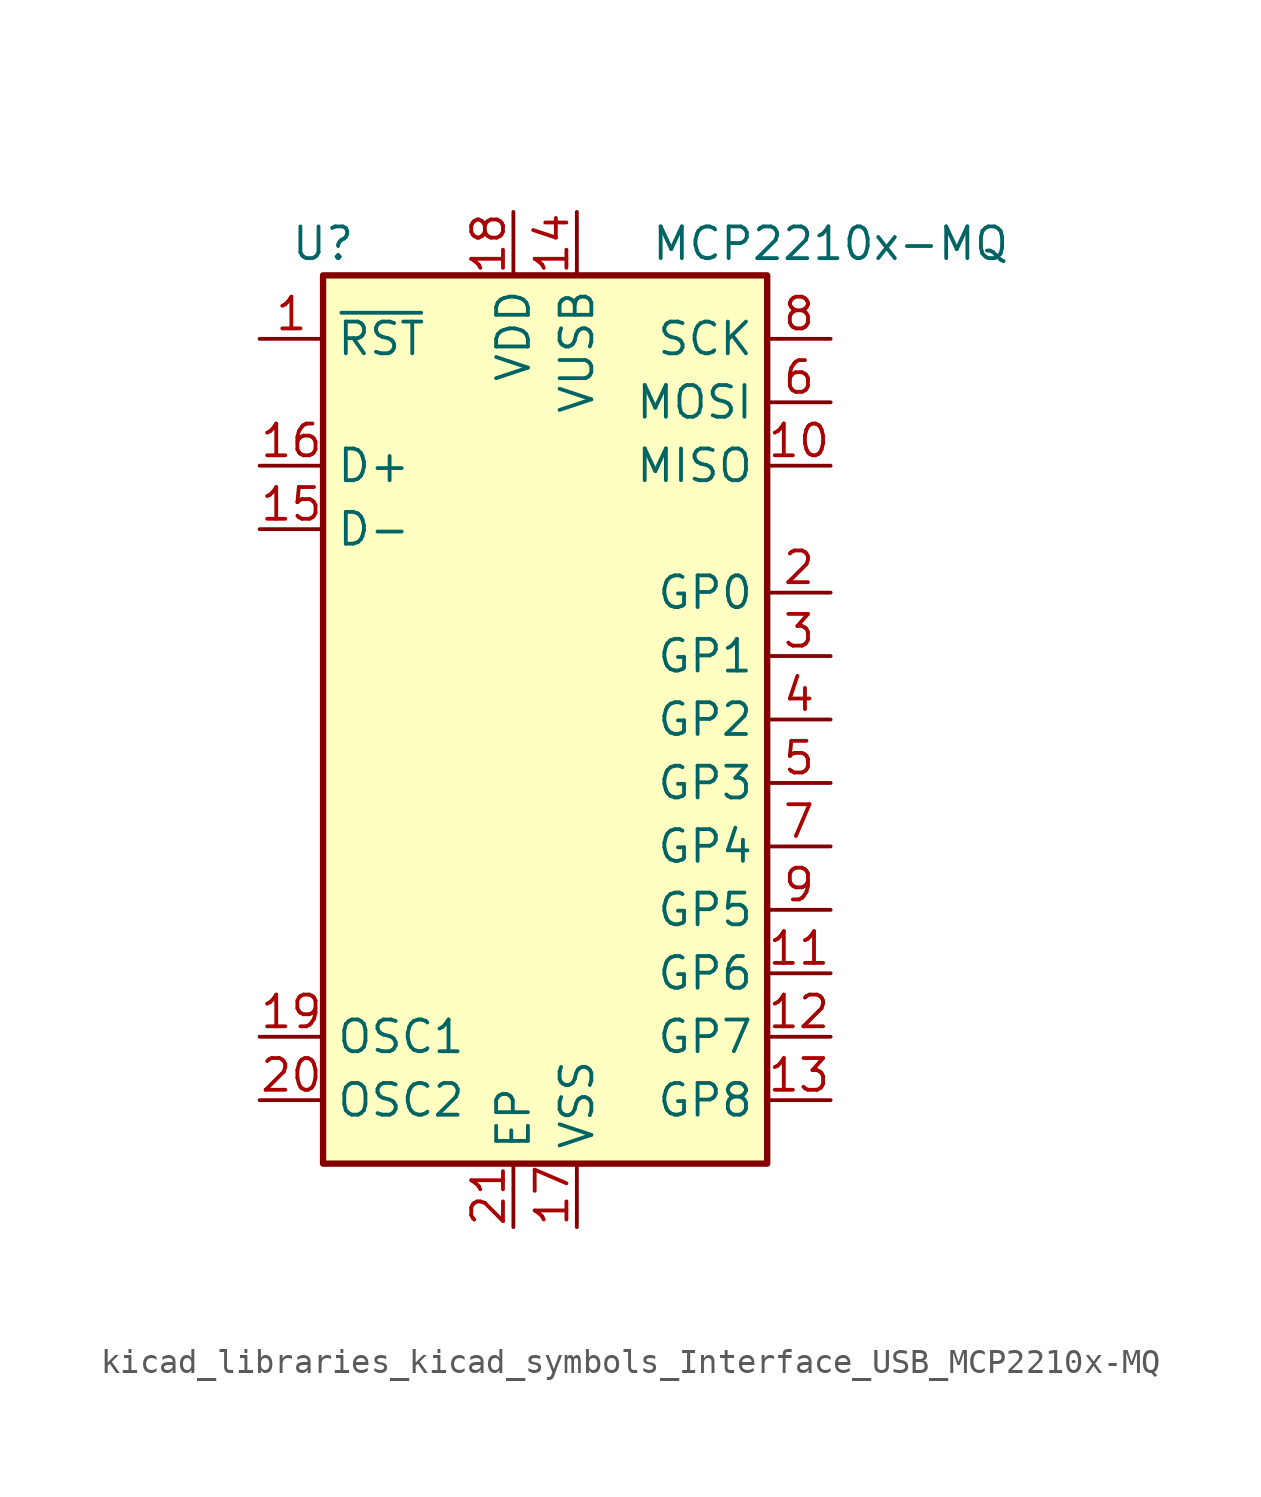
<source format=kicad_sym>
(kicad_symbol_lib
  (version 20220914)
  (generator kicad_symbol_editor)
  (symbol "kicad_libraries_kicad_symbols_Interface_USB_MCP2210x-MQ"
    (property "Reference" "U"
      (at -10.16 19.05 0)
      (effects (font (size 1.27 1.27))))
    (property "Value" "MCP2210x-MQ"
      (at 10.16 19.05 0)
      (effects (font (size 1.27 1.27))))
    (symbol "kicad_libraries_kicad_symbols_Interface_USB_MCP2210x-MQ_0_1"
      (rectangle (start -10.16 17.78) (end 7.62 -17.78) (stroke (width 0.254) (type default)) (fill (type background))))
    (symbol "kicad_libraries_kicad_symbols_Interface_USB_MCP2210x-MQ_1_1"
      (pin input line (at -12.7 15.24 0) (length 2.54) (name "~{RST}" (effects (font (size 1.27 1.27)))) (number "1" (effects (font (size 1.27 1.27)))))
      (pin input line (at 10.16 10.16 180) (length 2.54) (name "MISO" (effects (font (size 1.27 1.27)))) (number "10" (effects (font (size 1.27 1.27)))))
      (pin bidirectional line (at 10.16 -10.16 180) (length 2.54) (name "GP6" (effects (font (size 1.27 1.27)))) (number "11" (effects (font (size 1.27 1.27)))))
      (pin bidirectional line (at 10.16 -12.7 180) (length 2.54) (name "GP7" (effects (font (size 1.27 1.27)))) (number "12" (effects (font (size 1.27 1.27)))))
      (pin bidirectional line (at 10.16 -15.24 180) (length 2.54) (name "GP8" (effects (font (size 1.27 1.27)))) (number "13" (effects (font (size 1.27 1.27)))))
      (pin passive line (at 0 20.32 270) (length 2.54) (name "VUSB" (effects (font (size 1.27 1.27)))) (number "14" (effects (font (size 1.27 1.27)))))
      (pin bidirectional line (at -12.7 7.62 0) (length 2.54) (name "D-" (effects (font (size 1.27 1.27)))) (number "15" (effects (font (size 1.27 1.27)))))
      (pin bidirectional line (at -12.7 10.16 0) (length 2.54) (name "D+" (effects (font (size 1.27 1.27)))) (number "16" (effects (font (size 1.27 1.27)))))
      (pin power_in line (at 0 -20.32 90) (length 2.54) (name "VSS" (effects (font (size 1.27 1.27)))) (number "17" (effects (font (size 1.27 1.27)))))
      (pin power_in line (at -2.54 20.32 270) (length 2.54) (name "VDD" (effects (font (size 1.27 1.27)))) (number "18" (effects (font (size 1.27 1.27)))))
      (pin input line (at -12.7 -12.7 0) (length 2.54) (name "OSC1" (effects (font (size 1.27 1.27)))) (number "19" (effects (font (size 1.27 1.27)))))
      (pin bidirectional line (at 10.16 5.08 180) (length 2.54) (name "GP0" (effects (font (size 1.27 1.27)))) (number "2" (effects (font (size 1.27 1.27)))))
      (pin output line (at -12.7 -15.24 0) (length 2.54) (name "OSC2" (effects (font (size 1.27 1.27)))) (number "20" (effects (font (size 1.27 1.27)))))
      (pin passive line (at -2.54 -20.32 90) (length 2.54) (name "EP" (effects (font (size 1.27 1.27)))) (number "21" (effects (font (size 1.27 1.27)))))
      (pin bidirectional line (at 10.16 2.54 180) (length 2.54) (name "GP1" (effects (font (size 1.27 1.27)))) (number "3" (effects (font (size 1.27 1.27)))))
      (pin bidirectional line (at 10.16 0 180) (length 2.54) (name "GP2" (effects (font (size 1.27 1.27)))) (number "4" (effects (font (size 1.27 1.27)))))
      (pin bidirectional line (at 10.16 -2.54 180) (length 2.54) (name "GP3" (effects (font (size 1.27 1.27)))) (number "5" (effects (font (size 1.27 1.27)))))
      (pin output line (at 10.16 12.7 180) (length 2.54) (name "MOSI" (effects (font (size 1.27 1.27)))) (number "6" (effects (font (size 1.27 1.27)))))
      (pin bidirectional line (at 10.16 -5.08 180) (length 2.54) (name "GP4" (effects (font (size 1.27 1.27)))) (number "7" (effects (font (size 1.27 1.27)))))
      (pin output line (at 10.16 15.24 180) (length 2.54) (name "SCK" (effects (font (size 1.27 1.27)))) (number "8" (effects (font (size 1.27 1.27)))))
      (pin bidirectional line (at 10.16 -7.62 180) (length 2.54) (name "GP5" (effects (font (size 1.27 1.27)))) (number "9" (effects (font (size 1.27 1.27))))))))
</source>
